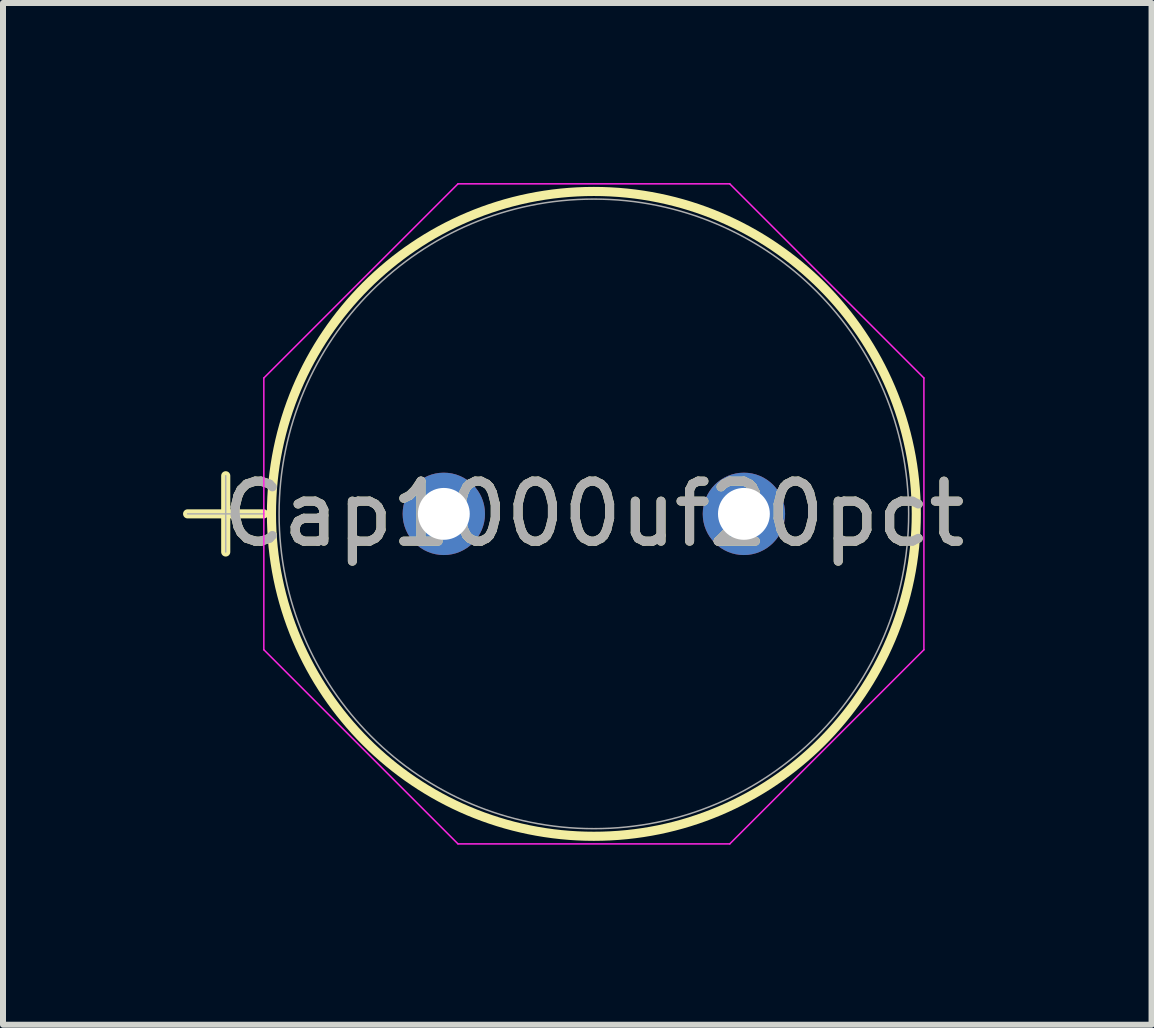
<source format=kicad_pcb>
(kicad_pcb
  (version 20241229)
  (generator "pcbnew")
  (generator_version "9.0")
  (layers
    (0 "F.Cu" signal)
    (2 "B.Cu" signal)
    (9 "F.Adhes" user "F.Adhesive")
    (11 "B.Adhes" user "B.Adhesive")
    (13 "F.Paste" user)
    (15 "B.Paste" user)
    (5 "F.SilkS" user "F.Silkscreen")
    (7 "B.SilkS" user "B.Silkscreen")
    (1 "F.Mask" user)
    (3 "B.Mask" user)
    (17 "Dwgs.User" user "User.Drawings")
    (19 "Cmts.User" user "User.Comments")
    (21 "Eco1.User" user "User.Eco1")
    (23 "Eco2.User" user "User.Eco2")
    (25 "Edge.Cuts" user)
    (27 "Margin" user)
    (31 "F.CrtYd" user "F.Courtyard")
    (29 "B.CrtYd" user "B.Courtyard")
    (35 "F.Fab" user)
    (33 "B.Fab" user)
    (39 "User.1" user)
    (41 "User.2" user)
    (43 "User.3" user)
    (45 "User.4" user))
  (footprint "Cap1000uf20pct"
    (layer "F.Cu")
    (at 4.345 5.512)
    (property "Reference" "Cap1000uf20pct" (at 2.5 0 0) (unlocked yes) (layer "F.SilkS") (effects (font (size 1 1) (thickness 0.15))))
    (attr through_hole)
    (fp_line (start -4.269 0) (end -2.999 0) (stroke (width 0.152) (type solid)) (layer "F.SilkS"))
    (fp_line (start -3.634 -0.635) (end -3.634 0.635) (stroke (width 0.152) (type solid)) (layer "F.SilkS"))
    (fp_circle (center 2.5 0) (end 7.872 0) (stroke (width 0.152) (type solid)) (fill no) (layer "F.SilkS"))
    (fp_line (start -2.999 -2.264) (end 0.236 -5.499) (stroke (width 0.025) (type solid)) (layer "F.CrtYd"))
    (fp_line (start -2.999 2.264) (end -2.999 -2.264) (stroke (width 0.025) (type solid)) (layer "F.CrtYd"))
    (fp_line (start 0.236 -5.499) (end 4.764 -5.499) (stroke (width 0.025) (type solid)) (layer "F.CrtYd"))
    (fp_line (start 0.236 5.499) (end -2.999 2.264) (stroke (width 0.025) (type solid)) (layer "F.CrtYd"))
    (fp_line (start 4.764 -5.499) (end 7.999 -2.264) (stroke (width 0.025) (type solid)) (layer "F.CrtYd"))
    (fp_line (start 4.764 5.499) (end 0.236 5.499) (stroke (width 0.025) (type solid)) (layer "F.CrtYd"))
    (fp_line (start 7.999 -2.264) (end 7.999 2.264) (stroke (width 0.025) (type solid)) (layer "F.CrtYd"))
    (fp_line (start 7.999 2.264) (end 4.764 5.499) (stroke (width 0.025) (type solid)) (layer "F.CrtYd"))
    (fp_line (start -4.269 0) (end -2.999 0) (stroke (width 0.025) (type solid)) (layer "F.Fab"))
    (fp_line (start -3.634 -0.635) (end -3.634 0.635) (stroke (width 0.025) (type solid)) (layer "F.Fab"))
    (fp_circle (center 2.5 0) (end 7.745 0) (stroke (width 0.025) (type solid)) (fill no) (layer "F.Fab"))
    (fp_text user "${REFERENCE}" (at 2.5 0 0) (unlocked yes) (layer "F.Fab") (effects (font (size 1 1) (thickness 0.15))))
    (pad "1" thru_hole circle (at 0 0) (size 1.372 1.372) (drill 0.864) (layers "*.Cu" "*.Mask"))
    (pad "2" thru_hole circle (at 5 0) (size 1.372 1.372) (drill 0.864) (layers "*.Cu" "*.Mask")))
  (gr_rect
    (start -3 -3)
    (end 16.137 14.024)
    (stroke (width 0.1) (type default))
    (fill no)
    (layer "Edge.Cuts")))
</source>
